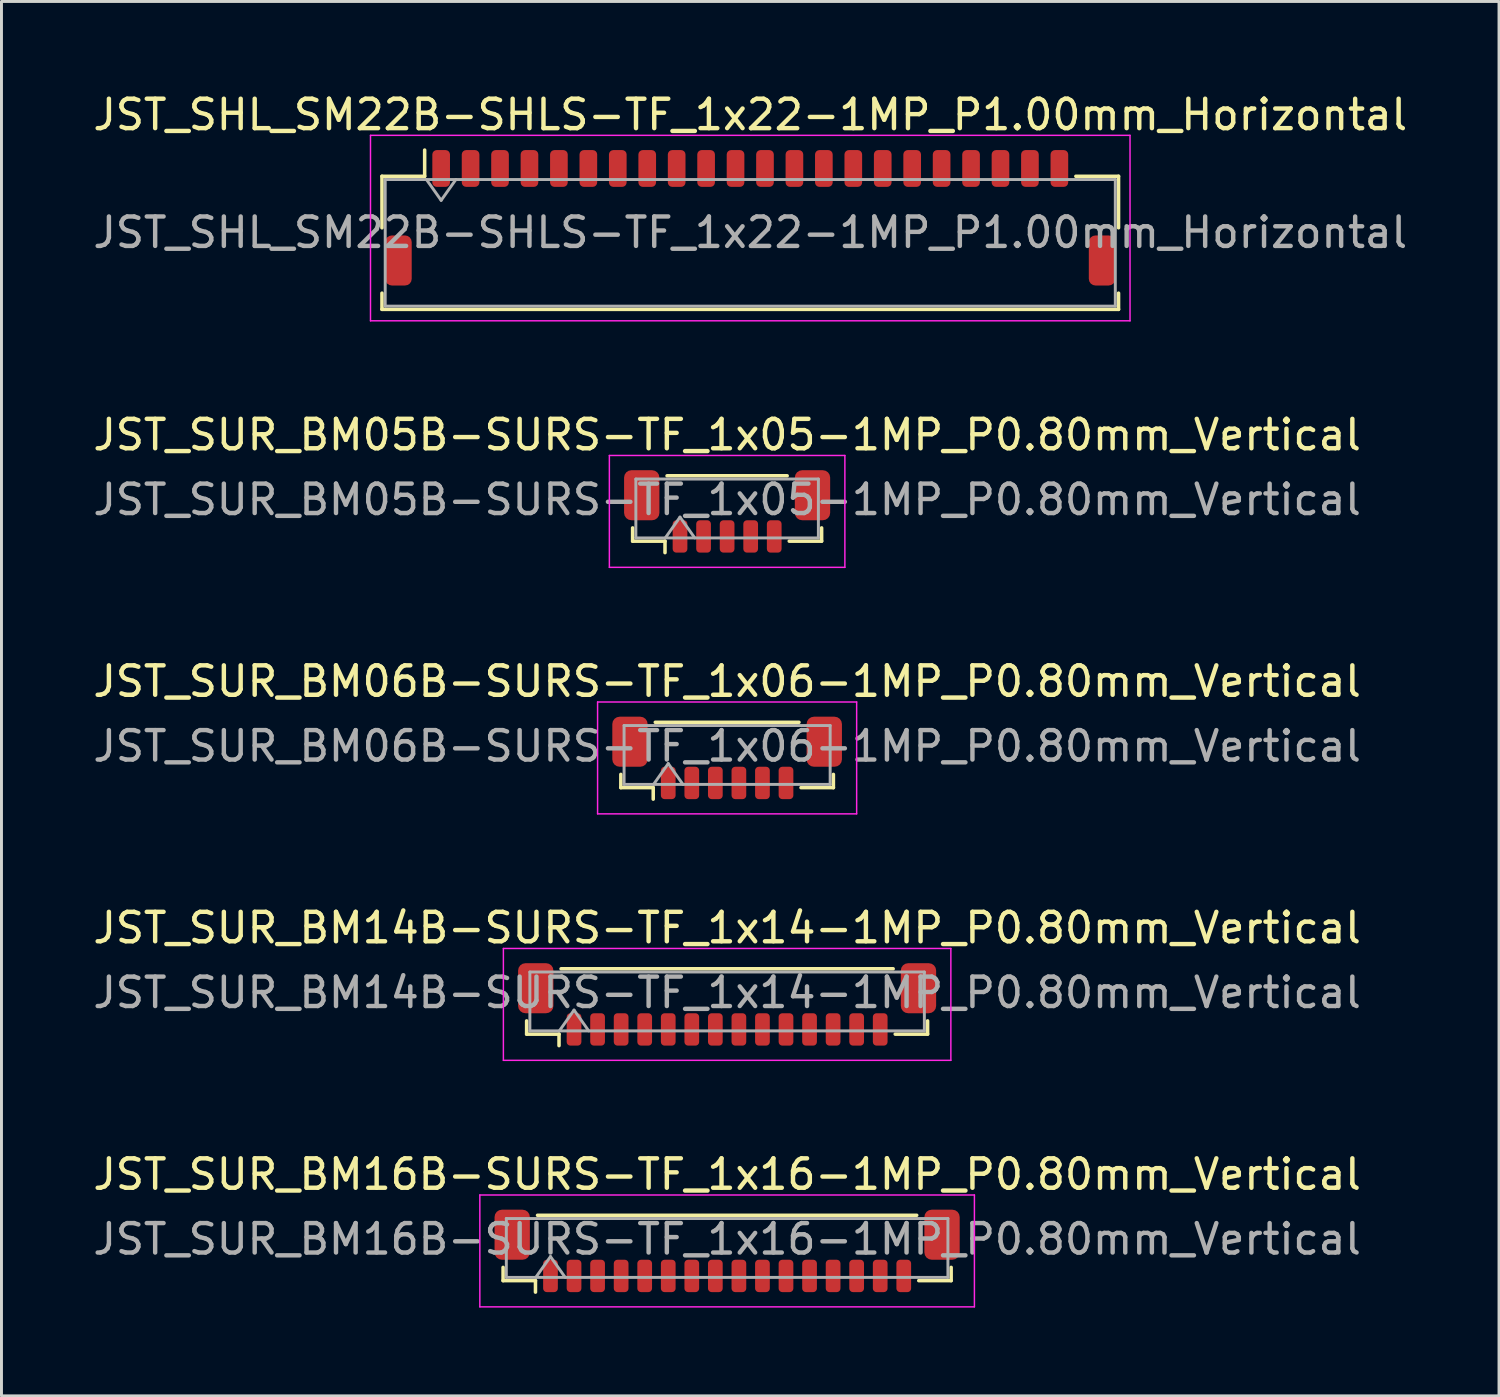
<source format=kicad_pcb>
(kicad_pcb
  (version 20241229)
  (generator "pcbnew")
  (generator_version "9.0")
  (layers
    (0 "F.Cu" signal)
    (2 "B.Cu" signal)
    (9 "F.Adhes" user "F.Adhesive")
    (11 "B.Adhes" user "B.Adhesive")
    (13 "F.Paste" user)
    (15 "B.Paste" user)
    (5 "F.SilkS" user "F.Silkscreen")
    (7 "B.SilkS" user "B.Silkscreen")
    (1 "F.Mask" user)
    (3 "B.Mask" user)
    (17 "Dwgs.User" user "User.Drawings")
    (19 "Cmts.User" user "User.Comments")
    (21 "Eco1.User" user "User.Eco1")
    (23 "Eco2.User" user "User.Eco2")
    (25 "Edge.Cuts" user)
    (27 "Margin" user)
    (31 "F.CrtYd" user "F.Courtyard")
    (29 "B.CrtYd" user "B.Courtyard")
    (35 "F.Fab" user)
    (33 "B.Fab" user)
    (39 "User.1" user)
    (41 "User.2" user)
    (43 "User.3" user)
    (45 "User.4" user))
  (footprint "JST_SUR_BM14B-SURS-TF_1x14-1MP_P0.80mm_Vertical"
    (layer "F.Cu")
    (at 21.649 31.068)
    (property "Reference" "JST_SUR_BM14B-SURS-TF_1x14-1MP_P0.80mm_Vertical" (at 0 -2.6 0) (layer "F.SilkS") (effects (font (size 1 1) (thickness 0.15))))
    (attr smd)
    (fp_line (start -6.81 0.56) (end -6.81 1.01) (stroke (width 0.12) (type solid)) (layer "F.SilkS"))
    (fp_line (start -6.81 1.01) (end -5.71 1.01) (stroke (width 0.12) (type solid)) (layer "F.SilkS"))
    (fp_line (start -5.71 1.01) (end -5.71 1.4) (stroke (width 0.12) (type solid)) (layer "F.SilkS"))
    (fp_line (start -5.64 -1.21) (end 5.64 -1.21) (stroke (width 0.12) (type solid)) (layer "F.SilkS"))
    (fp_line (start 6.81 0.56) (end 6.81 1.01) (stroke (width 0.12) (type solid)) (layer "F.SilkS"))
    (fp_line (start 6.81 1.01) (end 5.71 1.01) (stroke (width 0.12) (type solid)) (layer "F.SilkS"))
    (fp_line (start -7.6 -1.9) (end -7.6 1.9) (stroke (width 0.05) (type solid)) (layer "F.CrtYd"))
    (fp_line (start -7.6 1.9) (end 7.6 1.9) (stroke (width 0.05) (type solid)) (layer "F.CrtYd"))
    (fp_line (start 7.6 -1.9) (end -7.6 -1.9) (stroke (width 0.05) (type solid)) (layer "F.CrtYd"))
    (fp_line (start 7.6 1.9) (end 7.6 -1.9) (stroke (width 0.05) (type solid)) (layer "F.CrtYd"))
    (fp_line (start -6.7 -1.1) (end 6.7 -1.1) (stroke (width 0.1) (type solid)) (layer "F.Fab"))
    (fp_line (start -6.7 0.9) (end -6.7 -1.1) (stroke (width 0.1) (type solid)) (layer "F.Fab"))
    (fp_line (start -6.7 0.9) (end 6.7 0.9) (stroke (width 0.1) (type solid)) (layer "F.Fab"))
    (fp_line (start -5.7 0.9) (end -5.2 0.193) (stroke (width 0.1) (type solid)) (layer "F.Fab"))
    (fp_line (start -5.2 0.193) (end -4.7 0.9) (stroke (width 0.1) (type solid)) (layer "F.Fab"))
    (fp_line (start 6.7 0.9) (end 6.7 -1.1) (stroke (width 0.1) (type solid)) (layer "F.Fab"))
    (fp_text user "${REFERENCE}" (at 0 -0.4 0) (layer "F.Fab") (effects (font (size 1 1) (thickness 0.15))))
    (pad "1" smd roundrect (at -5.2 0.85) (size 0.5 1.1) (layers "F.Cu" "F.Mask" "F.Paste") (roundrect_rratio 0.25))
    (pad "2" smd roundrect (at -4.4 0.85) (size 0.5 1.1) (layers "F.Cu" "F.Mask" "F.Paste") (roundrect_rratio 0.25))
    (pad "3" smd roundrect (at -3.6 0.85) (size 0.5 1.1) (layers "F.Cu" "F.Mask" "F.Paste") (roundrect_rratio 0.25))
    (pad "4" smd roundrect (at -2.8 0.85) (size 0.5 1.1) (layers "F.Cu" "F.Mask" "F.Paste") (roundrect_rratio 0.25))
    (pad "5" smd roundrect (at -2 0.85) (size 0.5 1.1) (layers "F.Cu" "F.Mask" "F.Paste") (roundrect_rratio 0.25))
    (pad "6" smd roundrect (at -1.2 0.85) (size 0.5 1.1) (layers "F.Cu" "F.Mask" "F.Paste") (roundrect_rratio 0.25))
    (pad "7" smd roundrect (at -0.4 0.85) (size 0.5 1.1) (layers "F.Cu" "F.Mask" "F.Paste") (roundrect_rratio 0.25))
    (pad "8" smd roundrect (at 0.4 0.85) (size 0.5 1.1) (layers "F.Cu" "F.Mask" "F.Paste") (roundrect_rratio 0.25))
    (pad "9" smd roundrect (at 1.2 0.85) (size 0.5 1.1) (layers "F.Cu" "F.Mask" "F.Paste") (roundrect_rratio 0.25))
    (pad "10" smd roundrect (at 2 0.85) (size 0.5 1.1) (layers "F.Cu" "F.Mask" "F.Paste") (roundrect_rratio 0.25))
    (pad "11" smd roundrect (at 2.8 0.85) (size 0.5 1.1) (layers "F.Cu" "F.Mask" "F.Paste") (roundrect_rratio 0.25))
    (pad "12" smd roundrect (at 3.6 0.85) (size 0.5 1.1) (layers "F.Cu" "F.Mask" "F.Paste") (roundrect_rratio 0.25))
    (pad "13" smd roundrect (at 4.4 0.85) (size 0.5 1.1) (layers "F.Cu" "F.Mask" "F.Paste") (roundrect_rratio 0.25))
    (pad "14" smd roundrect (at 5.2 0.85) (size 0.5 1.1) (layers "F.Cu" "F.Mask" "F.Paste") (roundrect_rratio 0.25))
    (pad "MP" smd roundrect (at -6.5 -0.55) (size 1.2 1.7) (layers "F.Cu" "F.Mask" "F.Paste") (roundrect_rratio 0.208))
    (pad "MP" smd roundrect (at 6.5 -0.55) (size 1.2 1.7) (layers "F.Cu" "F.Mask" "F.Paste") (roundrect_rratio 0.208)))
  (footprint "JST_SUR_BM05B-SURS-TF_1x05-1MP_P0.80mm_Vertical"
    (layer "F.Cu")
    (at 21.649 14.322)
    (property "Reference" "JST_SUR_BM05B-SURS-TF_1x05-1MP_P0.80mm_Vertical" (at 0 -2.6 0) (layer "F.SilkS") (effects (font (size 1 1) (thickness 0.15))))
    (attr smd)
    (fp_line (start -3.21 0.56) (end -3.21 1.01) (stroke (width 0.12) (type solid)) (layer "F.SilkS"))
    (fp_line (start -3.21 1.01) (end -2.11 1.01) (stroke (width 0.12) (type solid)) (layer "F.SilkS"))
    (fp_line (start -2.11 1.01) (end -2.11 1.4) (stroke (width 0.12) (type solid)) (layer "F.SilkS"))
    (fp_line (start -2.04 -1.21) (end 2.04 -1.21) (stroke (width 0.12) (type solid)) (layer "F.SilkS"))
    (fp_line (start 3.21 0.56) (end 3.21 1.01) (stroke (width 0.12) (type solid)) (layer "F.SilkS"))
    (fp_line (start 3.21 1.01) (end 2.11 1.01) (stroke (width 0.12) (type solid)) (layer "F.SilkS"))
    (fp_line (start -4 -1.9) (end -4 1.9) (stroke (width 0.05) (type solid)) (layer "F.CrtYd"))
    (fp_line (start -4 1.9) (end 4 1.9) (stroke (width 0.05) (type solid)) (layer "F.CrtYd"))
    (fp_line (start 4 -1.9) (end -4 -1.9) (stroke (width 0.05) (type solid)) (layer "F.CrtYd"))
    (fp_line (start 4 1.9) (end 4 -1.9) (stroke (width 0.05) (type solid)) (layer "F.CrtYd"))
    (fp_line (start -3.1 -1.1) (end 3.1 -1.1) (stroke (width 0.1) (type solid)) (layer "F.Fab"))
    (fp_line (start -3.1 0.9) (end -3.1 -1.1) (stroke (width 0.1) (type solid)) (layer "F.Fab"))
    (fp_line (start -3.1 0.9) (end 3.1 0.9) (stroke (width 0.1) (type solid)) (layer "F.Fab"))
    (fp_line (start -2.1 0.9) (end -1.6 0.193) (stroke (width 0.1) (type solid)) (layer "F.Fab"))
    (fp_line (start -1.6 0.193) (end -1.1 0.9) (stroke (width 0.1) (type solid)) (layer "F.Fab"))
    (fp_line (start 3.1 0.9) (end 3.1 -1.1) (stroke (width 0.1) (type solid)) (layer "F.Fab"))
    (fp_text user "${REFERENCE}" (at 0 -0.4 0) (layer "F.Fab") (effects (font (size 1 1) (thickness 0.15))))
    (pad "1" smd roundrect (at -1.6 0.85) (size 0.5 1.1) (layers "F.Cu" "F.Mask" "F.Paste") (roundrect_rratio 0.25))
    (pad "2" smd roundrect (at -0.8 0.85) (size 0.5 1.1) (layers "F.Cu" "F.Mask" "F.Paste") (roundrect_rratio 0.25))
    (pad "3" smd roundrect (at 0 0.85) (size 0.5 1.1) (layers "F.Cu" "F.Mask" "F.Paste") (roundrect_rratio 0.25))
    (pad "4" smd roundrect (at 0.8 0.85) (size 0.5 1.1) (layers "F.Cu" "F.Mask" "F.Paste") (roundrect_rratio 0.25))
    (pad "5" smd roundrect (at 1.6 0.85) (size 0.5 1.1) (layers "F.Cu" "F.Mask" "F.Paste") (roundrect_rratio 0.25))
    (pad "MP" smd roundrect (at -2.9 -0.55) (size 1.2 1.7) (layers "F.Cu" "F.Mask" "F.Paste") (roundrect_rratio 0.208))
    (pad "MP" smd roundrect (at 2.9 -0.55) (size 1.2 1.7) (layers "F.Cu" "F.Mask" "F.Paste") (roundrect_rratio 0.208)))
  (footprint "JST_SUR_BM06B-SURS-TF_1x06-1MP_P0.80mm_Vertical"
    (layer "F.Cu")
    (at 21.649 22.695)
    (property "Reference" "JST_SUR_BM06B-SURS-TF_1x06-1MP_P0.80mm_Vertical" (at 0 -2.6 0) (layer "F.SilkS") (effects (font (size 1 1) (thickness 0.15))))
    (attr smd)
    (fp_line (start -3.61 0.56) (end -3.61 1.01) (stroke (width 0.12) (type solid)) (layer "F.SilkS"))
    (fp_line (start -3.61 1.01) (end -2.51 1.01) (stroke (width 0.12) (type solid)) (layer "F.SilkS"))
    (fp_line (start -2.51 1.01) (end -2.51 1.4) (stroke (width 0.12) (type solid)) (layer "F.SilkS"))
    (fp_line (start -2.44 -1.21) (end 2.44 -1.21) (stroke (width 0.12) (type solid)) (layer "F.SilkS"))
    (fp_line (start 3.61 0.56) (end 3.61 1.01) (stroke (width 0.12) (type solid)) (layer "F.SilkS"))
    (fp_line (start 3.61 1.01) (end 2.51 1.01) (stroke (width 0.12) (type solid)) (layer "F.SilkS"))
    (fp_line (start -4.4 -1.9) (end -4.4 1.9) (stroke (width 0.05) (type solid)) (layer "F.CrtYd"))
    (fp_line (start -4.4 1.9) (end 4.4 1.9) (stroke (width 0.05) (type solid)) (layer "F.CrtYd"))
    (fp_line (start 4.4 -1.9) (end -4.4 -1.9) (stroke (width 0.05) (type solid)) (layer "F.CrtYd"))
    (fp_line (start 4.4 1.9) (end 4.4 -1.9) (stroke (width 0.05) (type solid)) (layer "F.CrtYd"))
    (fp_line (start -3.5 -1.1) (end 3.5 -1.1) (stroke (width 0.1) (type solid)) (layer "F.Fab"))
    (fp_line (start -3.5 0.9) (end -3.5 -1.1) (stroke (width 0.1) (type solid)) (layer "F.Fab"))
    (fp_line (start -3.5 0.9) (end 3.5 0.9) (stroke (width 0.1) (type solid)) (layer "F.Fab"))
    (fp_line (start -2.5 0.9) (end -2 0.193) (stroke (width 0.1) (type solid)) (layer "F.Fab"))
    (fp_line (start -2 0.193) (end -1.5 0.9) (stroke (width 0.1) (type solid)) (layer "F.Fab"))
    (fp_line (start 3.5 0.9) (end 3.5 -1.1) (stroke (width 0.1) (type solid)) (layer "F.Fab"))
    (fp_text user "${REFERENCE}" (at 0 -0.4 0) (layer "F.Fab") (effects (font (size 1 1) (thickness 0.15))))
    (pad "1" smd roundrect (at -2 0.85) (size 0.5 1.1) (layers "F.Cu" "F.Mask" "F.Paste") (roundrect_rratio 0.25))
    (pad "2" smd roundrect (at -1.2 0.85) (size 0.5 1.1) (layers "F.Cu" "F.Mask" "F.Paste") (roundrect_rratio 0.25))
    (pad "3" smd roundrect (at -0.4 0.85) (size 0.5 1.1) (layers "F.Cu" "F.Mask" "F.Paste") (roundrect_rratio 0.25))
    (pad "4" smd roundrect (at 0.4 0.85) (size 0.5 1.1) (layers "F.Cu" "F.Mask" "F.Paste") (roundrect_rratio 0.25))
    (pad "5" smd roundrect (at 1.2 0.85) (size 0.5 1.1) (layers "F.Cu" "F.Mask" "F.Paste") (roundrect_rratio 0.25))
    (pad "6" smd roundrect (at 2 0.85) (size 0.5 1.1) (layers "F.Cu" "F.Mask" "F.Paste") (roundrect_rratio 0.25))
    (pad "MP" smd roundrect (at -3.3 -0.55) (size 1.2 1.7) (layers "F.Cu" "F.Mask" "F.Paste") (roundrect_rratio 0.208))
    (pad "MP" smd roundrect (at 3.3 -0.55) (size 1.2 1.7) (layers "F.Cu" "F.Mask" "F.Paste") (roundrect_rratio 0.208)))
  (footprint "JST_SUR_BM16B-SURS-TF_1x16-1MP_P0.80mm_Vertical"
    (layer "F.Cu")
    (at 21.649 39.441)
    (property "Reference" "JST_SUR_BM16B-SURS-TF_1x16-1MP_P0.80mm_Vertical" (at 0 -2.6 0) (layer "F.SilkS") (effects (font (size 1 1) (thickness 0.15))))
    (attr smd)
    (fp_line (start -7.61 0.56) (end -7.61 1.01) (stroke (width 0.12) (type solid)) (layer "F.SilkS"))
    (fp_line (start -7.61 1.01) (end -6.51 1.01) (stroke (width 0.12) (type solid)) (layer "F.SilkS"))
    (fp_line (start -6.51 1.01) (end -6.51 1.4) (stroke (width 0.12) (type solid)) (layer "F.SilkS"))
    (fp_line (start -6.44 -1.21) (end 6.44 -1.21) (stroke (width 0.12) (type solid)) (layer "F.SilkS"))
    (fp_line (start 7.61 0.56) (end 7.61 1.01) (stroke (width 0.12) (type solid)) (layer "F.SilkS"))
    (fp_line (start 7.61 1.01) (end 6.51 1.01) (stroke (width 0.12) (type solid)) (layer "F.SilkS"))
    (fp_line (start -8.4 -1.9) (end -8.4 1.9) (stroke (width 0.05) (type solid)) (layer "F.CrtYd"))
    (fp_line (start -8.4 1.9) (end 8.4 1.9) (stroke (width 0.05) (type solid)) (layer "F.CrtYd"))
    (fp_line (start 8.4 -1.9) (end -8.4 -1.9) (stroke (width 0.05) (type solid)) (layer "F.CrtYd"))
    (fp_line (start 8.4 1.9) (end 8.4 -1.9) (stroke (width 0.05) (type solid)) (layer "F.CrtYd"))
    (fp_line (start -7.5 -1.1) (end 7.5 -1.1) (stroke (width 0.1) (type solid)) (layer "F.Fab"))
    (fp_line (start -7.5 0.9) (end -7.5 -1.1) (stroke (width 0.1) (type solid)) (layer "F.Fab"))
    (fp_line (start -7.5 0.9) (end 7.5 0.9) (stroke (width 0.1) (type solid)) (layer "F.Fab"))
    (fp_line (start -6.5 0.9) (end -6 0.193) (stroke (width 0.1) (type solid)) (layer "F.Fab"))
    (fp_line (start -6 0.193) (end -5.5 0.9) (stroke (width 0.1) (type solid)) (layer "F.Fab"))
    (fp_line (start 7.5 0.9) (end 7.5 -1.1) (stroke (width 0.1) (type solid)) (layer "F.Fab"))
    (fp_text user "${REFERENCE}" (at 0 -0.4 0) (layer "F.Fab") (effects (font (size 1 1) (thickness 0.15))))
    (pad "1" smd roundrect (at -6 0.85) (size 0.5 1.1) (layers "F.Cu" "F.Mask" "F.Paste") (roundrect_rratio 0.25))
    (pad "2" smd roundrect (at -5.2 0.85) (size 0.5 1.1) (layers "F.Cu" "F.Mask" "F.Paste") (roundrect_rratio 0.25))
    (pad "3" smd roundrect (at -4.4 0.85) (size 0.5 1.1) (layers "F.Cu" "F.Mask" "F.Paste") (roundrect_rratio 0.25))
    (pad "4" smd roundrect (at -3.6 0.85) (size 0.5 1.1) (layers "F.Cu" "F.Mask" "F.Paste") (roundrect_rratio 0.25))
    (pad "5" smd roundrect (at -2.8 0.85) (size 0.5 1.1) (layers "F.Cu" "F.Mask" "F.Paste") (roundrect_rratio 0.25))
    (pad "6" smd roundrect (at -2 0.85) (size 0.5 1.1) (layers "F.Cu" "F.Mask" "F.Paste") (roundrect_rratio 0.25))
    (pad "7" smd roundrect (at -1.2 0.85) (size 0.5 1.1) (layers "F.Cu" "F.Mask" "F.Paste") (roundrect_rratio 0.25))
    (pad "8" smd roundrect (at -0.4 0.85) (size 0.5 1.1) (layers "F.Cu" "F.Mask" "F.Paste") (roundrect_rratio 0.25))
    (pad "9" smd roundrect (at 0.4 0.85) (size 0.5 1.1) (layers "F.Cu" "F.Mask" "F.Paste") (roundrect_rratio 0.25))
    (pad "10" smd roundrect (at 1.2 0.85) (size 0.5 1.1) (layers "F.Cu" "F.Mask" "F.Paste") (roundrect_rratio 0.25))
    (pad "11" smd roundrect (at 2 0.85) (size 0.5 1.1) (layers "F.Cu" "F.Mask" "F.Paste") (roundrect_rratio 0.25))
    (pad "12" smd roundrect (at 2.8 0.85) (size 0.5 1.1) (layers "F.Cu" "F.Mask" "F.Paste") (roundrect_rratio 0.25))
    (pad "13" smd roundrect (at 3.6 0.85) (size 0.5 1.1) (layers "F.Cu" "F.Mask" "F.Paste") (roundrect_rratio 0.25))
    (pad "14" smd roundrect (at 4.4 0.85) (size 0.5 1.1) (layers "F.Cu" "F.Mask" "F.Paste") (roundrect_rratio 0.25))
    (pad "15" smd roundrect (at 5.2 0.85) (size 0.5 1.1) (layers "F.Cu" "F.Mask" "F.Paste") (roundrect_rratio 0.25))
    (pad "16" smd roundrect (at 6 0.85) (size 0.5 1.1) (layers "F.Cu" "F.Mask" "F.Paste") (roundrect_rratio 0.25))
    (pad "MP" smd roundrect (at -7.3 -0.55) (size 1.2 1.7) (layers "F.Cu" "F.Mask" "F.Paste") (roundrect_rratio 0.208))
    (pad "MP" smd roundrect (at 7.3 -0.55) (size 1.2 1.7) (layers "F.Cu" "F.Mask" "F.Paste") (roundrect_rratio 0.208)))
  (footprint "JST_SHL_SM22B-SHLS-TF_1x22-1MP_P1.00mm_Horizontal"
    (layer "F.Cu")
    (at 22.435 4.348)
    (property "Reference" "JST_SHL_SM22B-SHLS-TF_1x22-1MP_P1.00mm_Horizontal" (at 0 -3.5 0) (layer "F.SilkS") (effects (font (size 1 1) (thickness 0.15))))
    (attr smd)
    (fp_line (start -12.51 -1.41) (end -11.06 -1.41) (stroke (width 0.12) (type solid)) (layer "F.SilkS"))
    (fp_line (start -12.51 0.34) (end -12.51 -1.41) (stroke (width 0.12) (type solid)) (layer "F.SilkS"))
    (fp_line (start -12.51 2.56) (end -12.51 3.11) (stroke (width 0.12) (type solid)) (layer "F.SilkS"))
    (fp_line (start -12.51 3.11) (end 12.51 3.11) (stroke (width 0.12) (type solid)) (layer "F.SilkS"))
    (fp_line (start -11.06 -1.41) (end -11.06 -2.3) (stroke (width 0.12) (type solid)) (layer "F.SilkS"))
    (fp_line (start 12.51 -1.41) (end 11.06 -1.41) (stroke (width 0.12) (type solid)) (layer "F.SilkS"))
    (fp_line (start 12.51 0.34) (end 12.51 -1.41) (stroke (width 0.12) (type solid)) (layer "F.SilkS"))
    (fp_line (start 12.51 3.11) (end 12.51 2.56) (stroke (width 0.12) (type solid)) (layer "F.SilkS"))
    (fp_line (start -12.9 -2.8) (end -12.9 3.5) (stroke (width 0.05) (type solid)) (layer "F.CrtYd"))
    (fp_line (start -12.9 3.5) (end 12.9 3.5) (stroke (width 0.05) (type solid)) (layer "F.CrtYd"))
    (fp_line (start 12.9 -2.8) (end -12.9 -2.8) (stroke (width 0.05) (type solid)) (layer "F.CrtYd"))
    (fp_line (start 12.9 3.5) (end 12.9 -2.8) (stroke (width 0.05) (type solid)) (layer "F.CrtYd"))
    (fp_line (start -12.4 -1.3) (end -12.4 3) (stroke (width 0.1) (type solid)) (layer "F.Fab"))
    (fp_line (start -12.4 -1.3) (end 12.4 -1.3) (stroke (width 0.1) (type solid)) (layer "F.Fab"))
    (fp_line (start -12.4 3) (end 12.4 3) (stroke (width 0.1) (type solid)) (layer "F.Fab"))
    (fp_line (start -11 -1.3) (end -10.5 -0.593) (stroke (width 0.1) (type solid)) (layer "F.Fab"))
    (fp_line (start -10.5 -0.593) (end -10 -1.3) (stroke (width 0.1) (type solid)) (layer "F.Fab"))
    (fp_line (start 12.4 -1.3) (end 12.4 3) (stroke (width 0.1) (type solid)) (layer "F.Fab"))
    (fp_text user "${REFERENCE}" (at 0 0.5 0) (layer "F.Fab") (effects (font (size 1 1) (thickness 0.15))))
    (pad "1" smd roundrect (at -10.5 -1.675) (size 0.6 1.25) (layers "F.Cu" "F.Mask" "F.Paste") (roundrect_rratio 0.25))
    (pad "2" smd roundrect (at -9.5 -1.675) (size 0.6 1.25) (layers "F.Cu" "F.Mask" "F.Paste") (roundrect_rratio 0.25))
    (pad "3" smd roundrect (at -8.5 -1.675) (size 0.6 1.25) (layers "F.Cu" "F.Mask" "F.Paste") (roundrect_rratio 0.25))
    (pad "4" smd roundrect (at -7.5 -1.675) (size 0.6 1.25) (layers "F.Cu" "F.Mask" "F.Paste") (roundrect_rratio 0.25))
    (pad "5" smd roundrect (at -6.5 -1.675) (size 0.6 1.25) (layers "F.Cu" "F.Mask" "F.Paste") (roundrect_rratio 0.25))
    (pad "6" smd roundrect (at -5.5 -1.675) (size 0.6 1.25) (layers "F.Cu" "F.Mask" "F.Paste") (roundrect_rratio 0.25))
    (pad "7" smd roundrect (at -4.5 -1.675) (size 0.6 1.25) (layers "F.Cu" "F.Mask" "F.Paste") (roundrect_rratio 0.25))
    (pad "8" smd roundrect (at -3.5 -1.675) (size 0.6 1.25) (layers "F.Cu" "F.Mask" "F.Paste") (roundrect_rratio 0.25))
    (pad "9" smd roundrect (at -2.5 -1.675) (size 0.6 1.25) (layers "F.Cu" "F.Mask" "F.Paste") (roundrect_rratio 0.25))
    (pad "10" smd roundrect (at -1.5 -1.675) (size 0.6 1.25) (layers "F.Cu" "F.Mask" "F.Paste") (roundrect_rratio 0.25))
    (pad "11" smd roundrect (at -0.5 -1.675) (size 0.6 1.25) (layers "F.Cu" "F.Mask" "F.Paste") (roundrect_rratio 0.25))
    (pad "12" smd roundrect (at 0.5 -1.675) (size 0.6 1.25) (layers "F.Cu" "F.Mask" "F.Paste") (roundrect_rratio 0.25))
    (pad "13" smd roundrect (at 1.5 -1.675) (size 0.6 1.25) (layers "F.Cu" "F.Mask" "F.Paste") (roundrect_rratio 0.25))
    (pad "14" smd roundrect (at 2.5 -1.675) (size 0.6 1.25) (layers "F.Cu" "F.Mask" "F.Paste") (roundrect_rratio 0.25))
    (pad "15" smd roundrect (at 3.5 -1.675) (size 0.6 1.25) (layers "F.Cu" "F.Mask" "F.Paste") (roundrect_rratio 0.25))
    (pad "16" smd roundrect (at 4.5 -1.675) (size 0.6 1.25) (layers "F.Cu" "F.Mask" "F.Paste") (roundrect_rratio 0.25))
    (pad "17" smd roundrect (at 5.5 -1.675) (size 0.6 1.25) (layers "F.Cu" "F.Mask" "F.Paste") (roundrect_rratio 0.25))
    (pad "18" smd roundrect (at 6.5 -1.675) (size 0.6 1.25) (layers "F.Cu" "F.Mask" "F.Paste") (roundrect_rratio 0.25))
    (pad "19" smd roundrect (at 7.5 -1.675) (size 0.6 1.25) (layers "F.Cu" "F.Mask" "F.Paste") (roundrect_rratio 0.25))
    (pad "20" smd roundrect (at 8.5 -1.675) (size 0.6 1.25) (layers "F.Cu" "F.Mask" "F.Paste") (roundrect_rratio 0.25))
    (pad "21" smd roundrect (at 9.5 -1.675) (size 0.6 1.25) (layers "F.Cu" "F.Mask" "F.Paste") (roundrect_rratio 0.25))
    (pad "22" smd roundrect (at 10.5 -1.675) (size 0.6 1.25) (layers "F.Cu" "F.Mask" "F.Paste") (roundrect_rratio 0.25))
    (pad "MP" smd roundrect (at -11.95 1.45) (size 0.9 1.7) (layers "F.Cu" "F.Mask" "F.Paste") (roundrect_rratio 0.25))
    (pad "MP" smd roundrect (at 11.95 1.45) (size 0.9 1.7) (layers "F.Cu" "F.Mask" "F.Paste") (roundrect_rratio 0.25)))
  (gr_rect
    (start -3 -3)
    (end 47.869 44.366)
    (stroke (width 0.1) (type default))
    (fill no)
    (layer "Edge.Cuts")))
</source>
